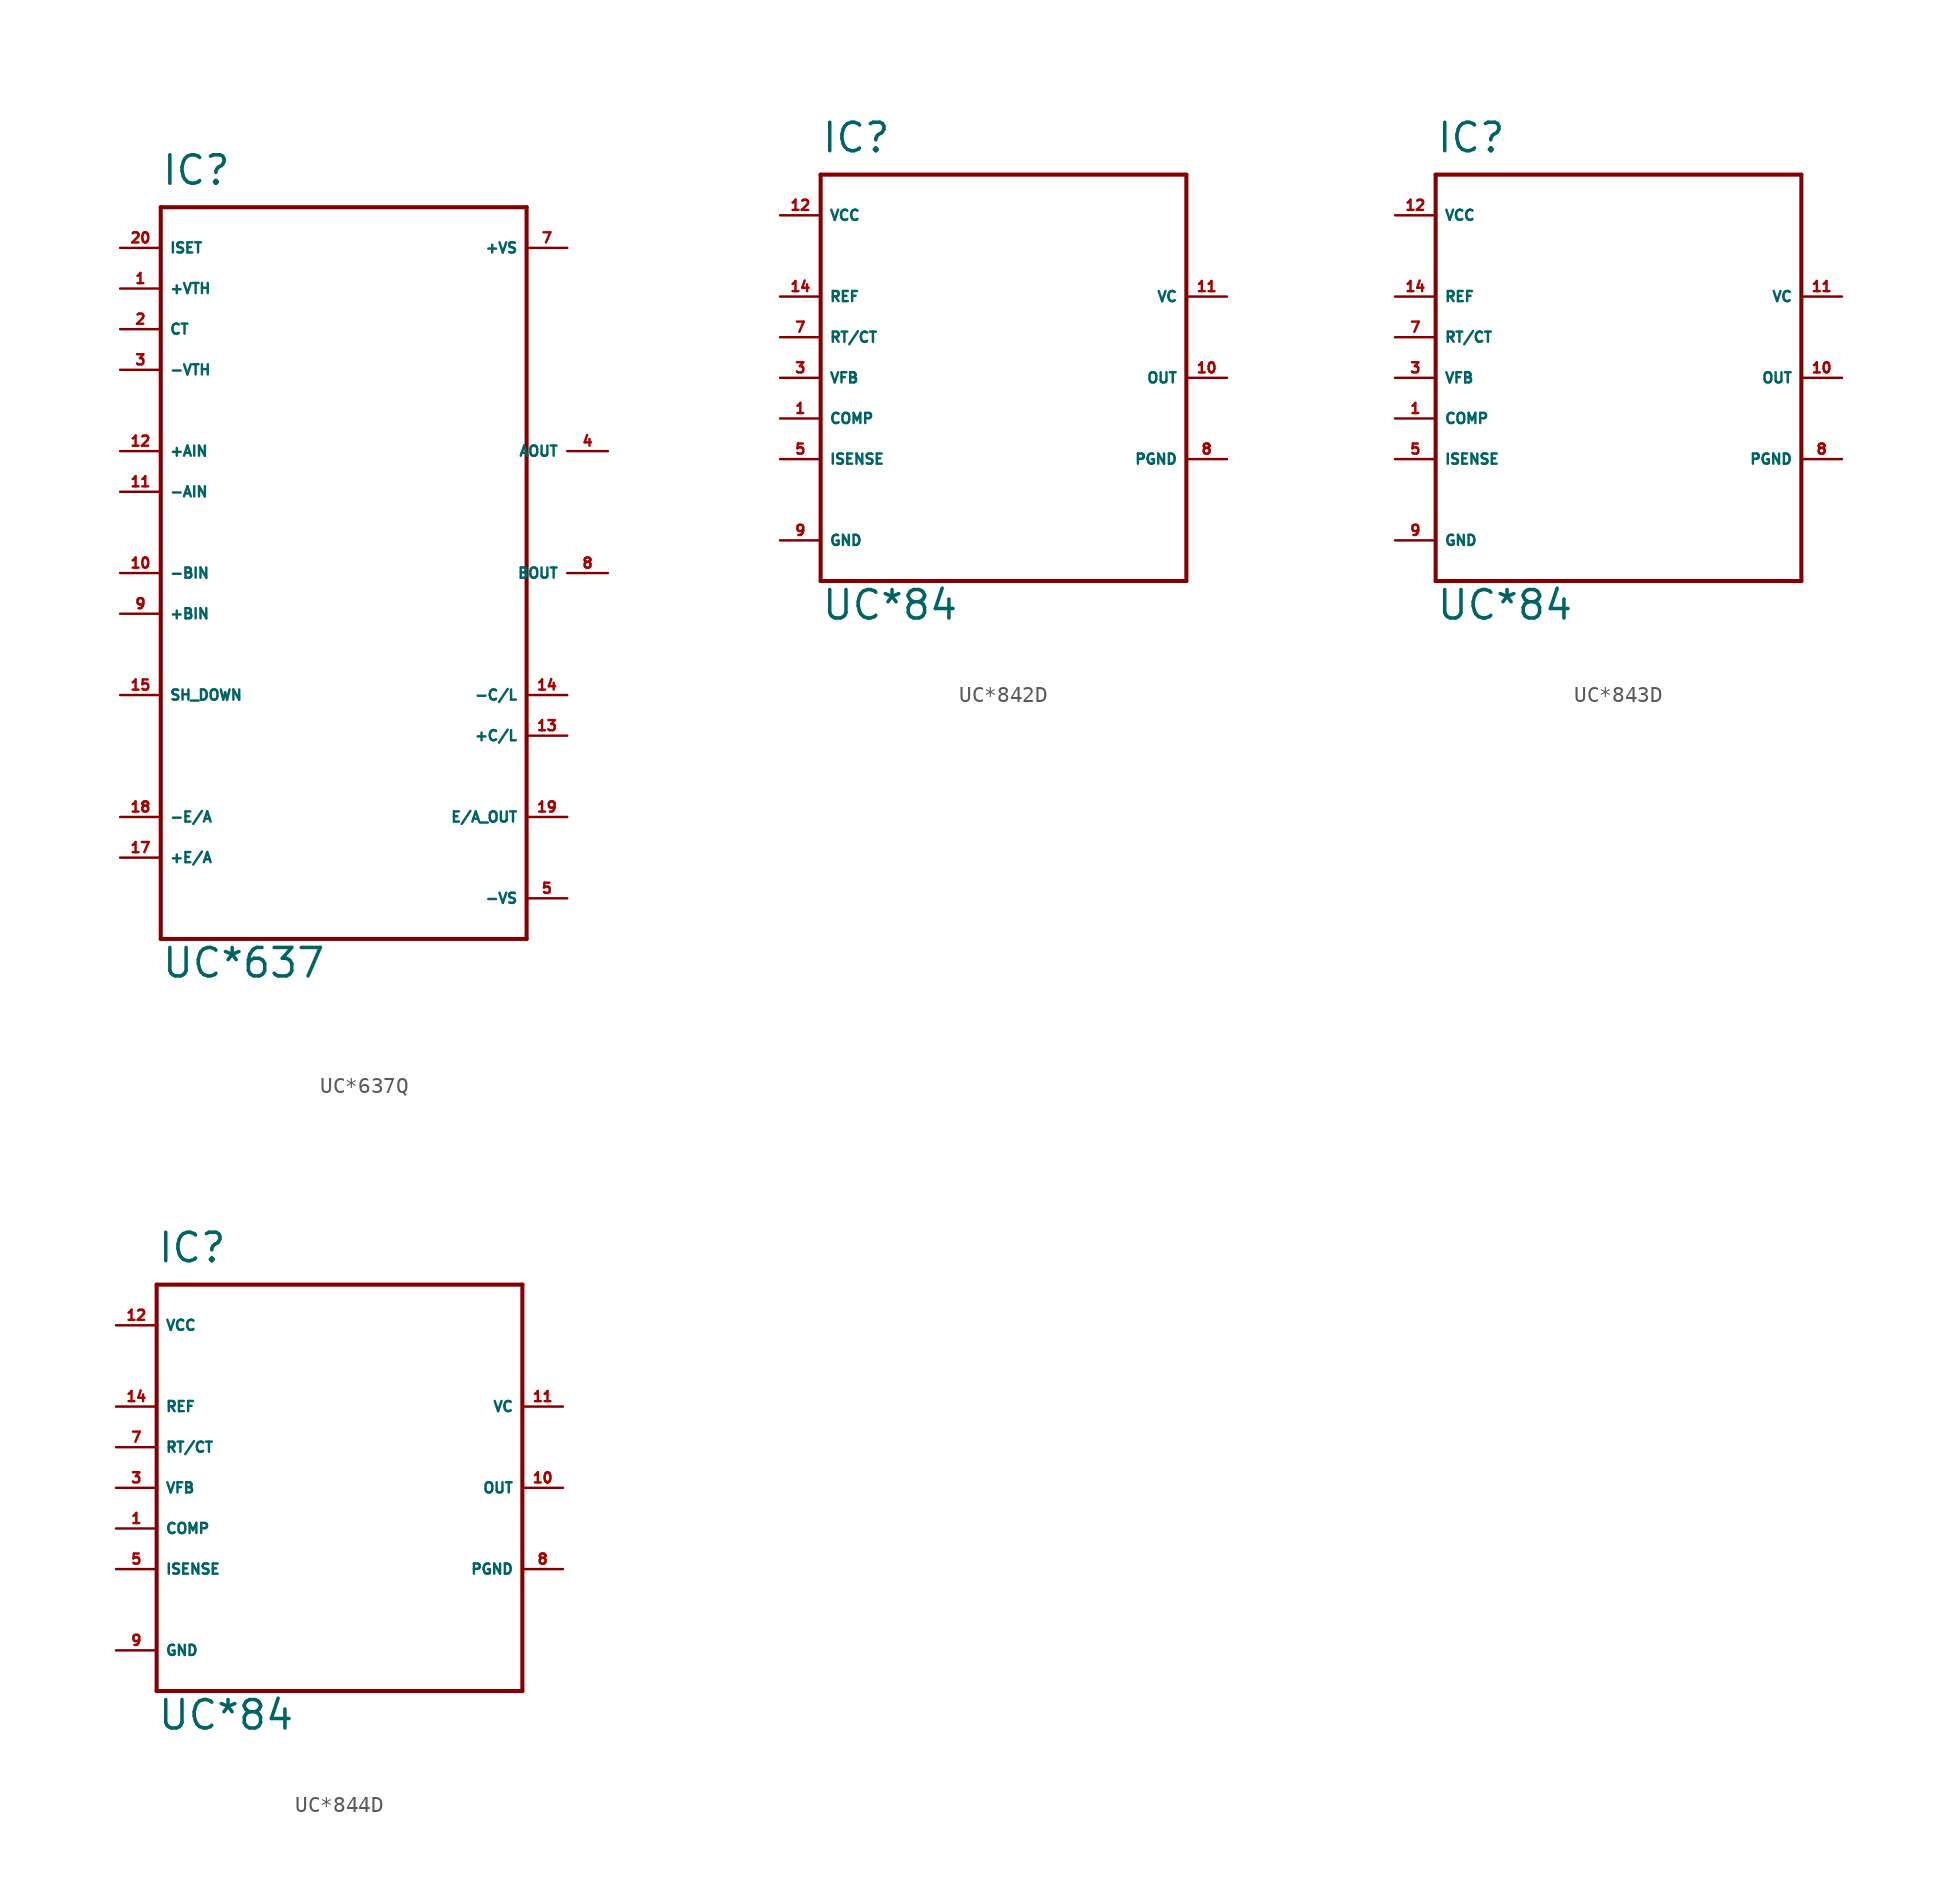
<source format=kicad_sym>
(kicad_symbol_lib
  (version 20220914)
  (generator Eagle2Kicad)
  (symbol "UC*637Q"
    (property "Reference" "IC"
      (at -10.16 21.59 0)
      (effects (font (size 1.778 1.778) (thickness 0.22)) (justify left bottom)))
    (property "Value" "UC*637"
      (at -10.16 -27.94 0)
      (effects (font (size 1.778 1.778) (thickness 0.22)) (justify left bottom)))
    (polyline
      (pts (xy -10.16 20.32) (xy 12.7 20.32))
      (stroke (width 0.254) (type default))
      (fill (type none)))
    (polyline
      (pts (xy 12.7 20.32) (xy 12.7 -25.4))
      (stroke (width 0.254) (type default))
      (fill (type none)))
    (polyline
      (pts (xy 12.7 -25.4) (xy -10.16 -25.4))
      (stroke (width 0.254) (type default))
      (fill (type none)))
    (polyline
      (pts (xy -10.16 -25.4) (xy -10.16 20.32))
      (stroke (width 0.254) (type default))
      (fill (type none)))
    (pin input line
      (at 15.24 17.78 180)
      (length 2.54)
      (name "+VS" (effects (font (size 0.635 0.635) (thickness 0.08)) (justify left bottom)))
      (number "7" (effects (font (size 0.635 0.635) (thickness 0.08)) (justify left bottom))))
    (pin input line
      (at -12.7 5.08 0)
      (length 2.54)
      (name "+AIN" (effects (font (size 0.635 0.635) (thickness 0.08)) (justify left bottom)))
      (number "12" (effects (font (size 0.635 0.635) (thickness 0.08)) (justify left bottom))))
    (pin input line
      (at -12.7 2.54 0)
      (length 2.54)
      (name "-AIN" (effects (font (size 0.635 0.635) (thickness 0.08)) (justify left bottom)))
      (number "11" (effects (font (size 0.635 0.635) (thickness 0.08)) (justify left bottom))))
    (pin input line
      (at -12.7 17.78 0)
      (length 2.54)
      (name "ISET" (effects (font (size 0.635 0.635) (thickness 0.08)) (justify left bottom)))
      (number "20" (effects (font (size 0.635 0.635) (thickness 0.08)) (justify left bottom))))
    (pin input line
      (at -12.7 15.24 0)
      (length 2.54)
      (name "+VTH" (effects (font (size 0.635 0.635) (thickness 0.08)) (justify left bottom)))
      (number "1" (effects (font (size 0.635 0.635) (thickness 0.08)) (justify left bottom))))
    (pin passive line
      (at -12.7 12.7 0)
      (length 2.54)
      (name "CT" (effects (font (size 0.635 0.635) (thickness 0.08)) (justify left bottom)))
      (number "2" (effects (font (size 0.635 0.635) (thickness 0.08)) (justify left bottom))))
    (pin input line
      (at -12.7 10.16 0)
      (length 2.54)
      (name "-VTH" (effects (font (size 0.635 0.635) (thickness 0.08)) (justify left bottom)))
      (number "3" (effects (font (size 0.635 0.635) (thickness 0.08)) (justify left bottom))))
    (pin input line
      (at -12.7 -17.78 0)
      (length 2.54)
      (name "-E/A" (effects (font (size 0.635 0.635) (thickness 0.08)) (justify left bottom)))
      (number "18" (effects (font (size 0.635 0.635) (thickness 0.08)) (justify left bottom))))
    (pin input line
      (at -12.7 -20.32 0)
      (length 2.54)
      (name "+E/A" (effects (font (size 0.635 0.635) (thickness 0.08)) (justify left bottom)))
      (number "17" (effects (font (size 0.635 0.635) (thickness 0.08)) (justify left bottom))))
    (pin input line
      (at 15.24 -22.86 180)
      (length 2.54)
      (name "-VS" (effects (font (size 0.635 0.635) (thickness 0.08)) (justify left bottom)))
      (number "5" (effects (font (size 0.635 0.635) (thickness 0.08)) (justify left bottom))))
    (pin output line
      (at 15.24 -17.78 180)
      (length 2.54)
      (name "E/A_OUT" (effects (font (size 0.635 0.635) (thickness 0.08)) (justify left bottom)))
      (number "19" (effects (font (size 0.635 0.635) (thickness 0.08)) (justify left bottom))))
    (pin output line
      (at 17.78 5.08 180)
      (length 2.54)
      (name "AOUT" (effects (font (size 0.635 0.635) (thickness 0.08)) (justify left bottom)))
      (number "4" (effects (font (size 0.635 0.635) (thickness 0.08)) (justify left bottom))))
    (pin output line
      (at 17.78 -2.54 180)
      (length 2.54)
      (name "BOUT" (effects (font (size 0.635 0.635) (thickness 0.08)) (justify left bottom)))
      (number "8" (effects (font (size 0.635 0.635) (thickness 0.08)) (justify left bottom))))
    (pin input line
      (at -12.7 -5.08 0)
      (length 2.54)
      (name "+BIN" (effects (font (size 0.635 0.635) (thickness 0.08)) (justify left bottom)))
      (number "9" (effects (font (size 0.635 0.635) (thickness 0.08)) (justify left bottom))))
    (pin input line
      (at -12.7 -2.54 0)
      (length 2.54)
      (name "-BIN" (effects (font (size 0.635 0.635) (thickness 0.08)) (justify left bottom)))
      (number "10" (effects (font (size 0.635 0.635) (thickness 0.08)) (justify left bottom))))
    (pin input line
      (at -12.7 -10.16 0)
      (length 2.54)
      (name "SH_DOWN" (effects (font (size 0.635 0.635) (thickness 0.08)) (justify left bottom)))
      (number "15" (effects (font (size 0.635 0.635) (thickness 0.08)) (justify left bottom))))
    (pin input line
      (at 15.24 -10.16 180)
      (length 2.54)
      (name "-C/L" (effects (font (size 0.635 0.635) (thickness 0.08)) (justify left bottom)))
      (number "14" (effects (font (size 0.635 0.635) (thickness 0.08)) (justify left bottom))))
    (pin input line
      (at 15.24 -12.7 180)
      (length 2.54)
      (name "+C/L" (effects (font (size 0.635 0.635) (thickness 0.08)) (justify left bottom)))
      (number "13" (effects (font (size 0.635 0.635) (thickness 0.08)) (justify left bottom)))))
  (symbol "UC*842D"
    (property "Reference" "IC"
      (at -10.16 13.97 0)
      (effects (font (size 1.778 1.778) (thickness 0.22)) (justify left bottom)))
    (property "Value" "UC*84"
      (at -10.16 -15.24 0)
      (effects (font (size 1.778 1.778) (thickness 0.22)) (justify left bottom)))
    (polyline
      (pts (xy -10.16 12.7) (xy 12.7 12.7))
      (stroke (width 0.254) (type default))
      (fill (type none)))
    (polyline
      (pts (xy 12.7 12.7) (xy 12.7 -12.7))
      (stroke (width 0.254) (type default))
      (fill (type none)))
    (polyline
      (pts (xy 12.7 -12.7) (xy -10.16 -12.7))
      (stroke (width 0.254) (type default))
      (fill (type none)))
    (polyline
      (pts (xy -10.16 -12.7) (xy -10.16 12.7))
      (stroke (width 0.254) (type default))
      (fill (type none)))
    (pin input line
      (at -12.7 2.54 0)
      (length 2.54)
      (name "RT/CT" (effects (font (size 0.635 0.635) (thickness 0.08)) (justify left bottom)))
      (number "7" (effects (font (size 0.635 0.635) (thickness 0.08)) (justify left bottom))))
    (pin input line
      (at -12.7 0 0)
      (length 2.54)
      (name "VFB" (effects (font (size 0.635 0.635) (thickness 0.08)) (justify left bottom)))
      (number "3" (effects (font (size 0.635 0.635) (thickness 0.08)) (justify left bottom))))
    (pin passive line
      (at -12.7 -2.54 0)
      (length 2.54)
      (name "COMP" (effects (font (size 0.635 0.635) (thickness 0.08)) (justify left bottom)))
      (number "1" (effects (font (size 0.635 0.635) (thickness 0.08)) (justify left bottom))))
    (pin input line
      (at -12.7 -5.08 0)
      (length 2.54)
      (name "ISENSE" (effects (font (size 0.635 0.635) (thickness 0.08)) (justify left bottom)))
      (number "5" (effects (font (size 0.635 0.635) (thickness 0.08)) (justify left bottom))))
    (pin output line
      (at -12.7 5.08 0)
      (length 2.54)
      (name "REF" (effects (font (size 0.635 0.635) (thickness 0.08)) (justify left bottom)))
      (number "14" (effects (font (size 0.635 0.635) (thickness 0.08)) (justify left bottom))))
    (pin passive line
      (at 15.24 5.08 180)
      (length 2.54)
      (name "VC" (effects (font (size 0.635 0.635) (thickness 0.08)) (justify left bottom)))
      (number "11" (effects (font (size 0.635 0.635) (thickness 0.08)) (justify left bottom))))
    (pin output line
      (at 15.24 0 180)
      (length 2.54)
      (name "OUT" (effects (font (size 0.635 0.635) (thickness 0.08)) (justify left bottom)))
      (number "10" (effects (font (size 0.635 0.635) (thickness 0.08)) (justify left bottom))))
    (pin passive line
      (at 15.24 -5.08 180)
      (length 2.54)
      (name "PGND" (effects (font (size 0.635 0.635) (thickness 0.08)) (justify left bottom)))
      (number "8" (effects (font (size 0.635 0.635) (thickness 0.08)) (justify left bottom))))
    (pin unspecified line
      (at -12.7 -10.16 0)
      (length 2.54)
      (name "GND" (effects (font (size 0.635 0.635) (thickness 0.08)) (justify left bottom)))
      (number "9" (effects (font (size 0.635 0.635) (thickness 0.08)) (justify left bottom))))
    (pin unspecified line
      (at -12.7 10.16 0)
      (length 2.54)
      (name "VCC" (effects (font (size 0.635 0.635) (thickness 0.08)) (justify left bottom)))
      (number "12" (effects (font (size 0.635 0.635) (thickness 0.08)) (justify left bottom)))))
  (symbol "UC*843D"
    (property "Reference" "IC"
      (at -10.16 13.97 0)
      (effects (font (size 1.778 1.778) (thickness 0.22)) (justify left bottom)))
    (property "Value" "UC*84"
      (at -10.16 -15.24 0)
      (effects (font (size 1.778 1.778) (thickness 0.22)) (justify left bottom)))
    (polyline
      (pts (xy -10.16 12.7) (xy 12.7 12.7))
      (stroke (width 0.254) (type default))
      (fill (type none)))
    (polyline
      (pts (xy 12.7 12.7) (xy 12.7 -12.7))
      (stroke (width 0.254) (type default))
      (fill (type none)))
    (polyline
      (pts (xy 12.7 -12.7) (xy -10.16 -12.7))
      (stroke (width 0.254) (type default))
      (fill (type none)))
    (polyline
      (pts (xy -10.16 -12.7) (xy -10.16 12.7))
      (stroke (width 0.254) (type default))
      (fill (type none)))
    (pin input line
      (at -12.7 2.54 0)
      (length 2.54)
      (name "RT/CT" (effects (font (size 0.635 0.635) (thickness 0.08)) (justify left bottom)))
      (number "7" (effects (font (size 0.635 0.635) (thickness 0.08)) (justify left bottom))))
    (pin input line
      (at -12.7 0 0)
      (length 2.54)
      (name "VFB" (effects (font (size 0.635 0.635) (thickness 0.08)) (justify left bottom)))
      (number "3" (effects (font (size 0.635 0.635) (thickness 0.08)) (justify left bottom))))
    (pin passive line
      (at -12.7 -2.54 0)
      (length 2.54)
      (name "COMP" (effects (font (size 0.635 0.635) (thickness 0.08)) (justify left bottom)))
      (number "1" (effects (font (size 0.635 0.635) (thickness 0.08)) (justify left bottom))))
    (pin input line
      (at -12.7 -5.08 0)
      (length 2.54)
      (name "ISENSE" (effects (font (size 0.635 0.635) (thickness 0.08)) (justify left bottom)))
      (number "5" (effects (font (size 0.635 0.635) (thickness 0.08)) (justify left bottom))))
    (pin output line
      (at -12.7 5.08 0)
      (length 2.54)
      (name "REF" (effects (font (size 0.635 0.635) (thickness 0.08)) (justify left bottom)))
      (number "14" (effects (font (size 0.635 0.635) (thickness 0.08)) (justify left bottom))))
    (pin passive line
      (at 15.24 5.08 180)
      (length 2.54)
      (name "VC" (effects (font (size 0.635 0.635) (thickness 0.08)) (justify left bottom)))
      (number "11" (effects (font (size 0.635 0.635) (thickness 0.08)) (justify left bottom))))
    (pin output line
      (at 15.24 0 180)
      (length 2.54)
      (name "OUT" (effects (font (size 0.635 0.635) (thickness 0.08)) (justify left bottom)))
      (number "10" (effects (font (size 0.635 0.635) (thickness 0.08)) (justify left bottom))))
    (pin passive line
      (at 15.24 -5.08 180)
      (length 2.54)
      (name "PGND" (effects (font (size 0.635 0.635) (thickness 0.08)) (justify left bottom)))
      (number "8" (effects (font (size 0.635 0.635) (thickness 0.08)) (justify left bottom))))
    (pin unspecified line
      (at -12.7 -10.16 0)
      (length 2.54)
      (name "GND" (effects (font (size 0.635 0.635) (thickness 0.08)) (justify left bottom)))
      (number "9" (effects (font (size 0.635 0.635) (thickness 0.08)) (justify left bottom))))
    (pin unspecified line
      (at -12.7 10.16 0)
      (length 2.54)
      (name "VCC" (effects (font (size 0.635 0.635) (thickness 0.08)) (justify left bottom)))
      (number "12" (effects (font (size 0.635 0.635) (thickness 0.08)) (justify left bottom)))))
  (symbol "UC*844D"
    (property "Reference" "IC"
      (at -10.16 13.97 0)
      (effects (font (size 1.778 1.778) (thickness 0.22)) (justify left bottom)))
    (property "Value" "UC*84"
      (at -10.16 -15.24 0)
      (effects (font (size 1.778 1.778) (thickness 0.22)) (justify left bottom)))
    (polyline
      (pts (xy -10.16 12.7) (xy 12.7 12.7))
      (stroke (width 0.254) (type default))
      (fill (type none)))
    (polyline
      (pts (xy 12.7 12.7) (xy 12.7 -12.7))
      (stroke (width 0.254) (type default))
      (fill (type none)))
    (polyline
      (pts (xy 12.7 -12.7) (xy -10.16 -12.7))
      (stroke (width 0.254) (type default))
      (fill (type none)))
    (polyline
      (pts (xy -10.16 -12.7) (xy -10.16 12.7))
      (stroke (width 0.254) (type default))
      (fill (type none)))
    (pin input line
      (at -12.7 2.54 0)
      (length 2.54)
      (name "RT/CT" (effects (font (size 0.635 0.635) (thickness 0.08)) (justify left bottom)))
      (number "7" (effects (font (size 0.635 0.635) (thickness 0.08)) (justify left bottom))))
    (pin input line
      (at -12.7 0 0)
      (length 2.54)
      (name "VFB" (effects (font (size 0.635 0.635) (thickness 0.08)) (justify left bottom)))
      (number "3" (effects (font (size 0.635 0.635) (thickness 0.08)) (justify left bottom))))
    (pin passive line
      (at -12.7 -2.54 0)
      (length 2.54)
      (name "COMP" (effects (font (size 0.635 0.635) (thickness 0.08)) (justify left bottom)))
      (number "1" (effects (font (size 0.635 0.635) (thickness 0.08)) (justify left bottom))))
    (pin input line
      (at -12.7 -5.08 0)
      (length 2.54)
      (name "ISENSE" (effects (font (size 0.635 0.635) (thickness 0.08)) (justify left bottom)))
      (number "5" (effects (font (size 0.635 0.635) (thickness 0.08)) (justify left bottom))))
    (pin output line
      (at -12.7 5.08 0)
      (length 2.54)
      (name "REF" (effects (font (size 0.635 0.635) (thickness 0.08)) (justify left bottom)))
      (number "14" (effects (font (size 0.635 0.635) (thickness 0.08)) (justify left bottom))))
    (pin passive line
      (at 15.24 5.08 180)
      (length 2.54)
      (name "VC" (effects (font (size 0.635 0.635) (thickness 0.08)) (justify left bottom)))
      (number "11" (effects (font (size 0.635 0.635) (thickness 0.08)) (justify left bottom))))
    (pin output line
      (at 15.24 0 180)
      (length 2.54)
      (name "OUT" (effects (font (size 0.635 0.635) (thickness 0.08)) (justify left bottom)))
      (number "10" (effects (font (size 0.635 0.635) (thickness 0.08)) (justify left bottom))))
    (pin passive line
      (at 15.24 -5.08 180)
      (length 2.54)
      (name "PGND" (effects (font (size 0.635 0.635) (thickness 0.08)) (justify left bottom)))
      (number "8" (effects (font (size 0.635 0.635) (thickness 0.08)) (justify left bottom))))
    (pin unspecified line
      (at -12.7 -10.16 0)
      (length 2.54)
      (name "GND" (effects (font (size 0.635 0.635) (thickness 0.08)) (justify left bottom)))
      (number "9" (effects (font (size 0.635 0.635) (thickness 0.08)) (justify left bottom))))
    (pin unspecified line
      (at -12.7 10.16 0)
      (length 2.54)
      (name "VCC" (effects (font (size 0.635 0.635) (thickness 0.08)) (justify left bottom)))
      (number "12" (effects (font (size 0.635 0.635) (thickness 0.08)) (justify left bottom))))))
</source>
